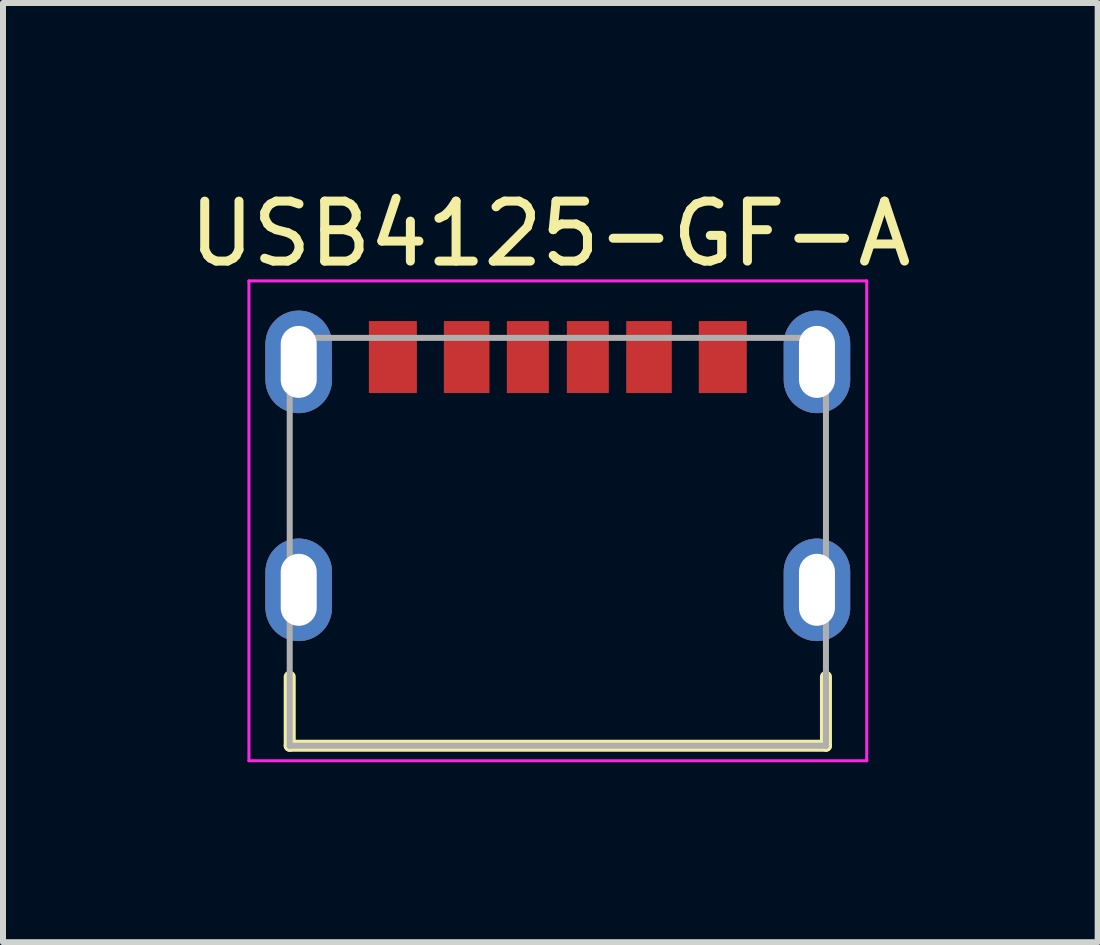
<source format=kicad_pcb>
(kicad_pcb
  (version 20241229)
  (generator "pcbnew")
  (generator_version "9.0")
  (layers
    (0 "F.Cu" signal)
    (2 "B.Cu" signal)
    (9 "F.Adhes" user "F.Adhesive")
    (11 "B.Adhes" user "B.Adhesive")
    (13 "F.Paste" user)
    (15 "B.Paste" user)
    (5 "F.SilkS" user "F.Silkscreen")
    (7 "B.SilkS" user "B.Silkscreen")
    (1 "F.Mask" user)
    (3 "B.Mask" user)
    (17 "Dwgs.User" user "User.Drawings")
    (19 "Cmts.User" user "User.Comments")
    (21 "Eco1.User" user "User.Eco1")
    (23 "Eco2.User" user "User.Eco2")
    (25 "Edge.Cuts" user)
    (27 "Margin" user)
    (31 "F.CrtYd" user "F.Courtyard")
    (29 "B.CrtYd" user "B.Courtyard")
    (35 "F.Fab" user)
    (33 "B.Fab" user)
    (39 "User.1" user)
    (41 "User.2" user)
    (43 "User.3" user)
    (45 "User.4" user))
  (footprint "USB4125-GF-A"
    (layer "F.Cu")
    (at 6.25 5.983)
    (property "Reference" "USB4125-GF-A" (at -0.125 -5.135 0) (layer "F.SilkS") (effects (font (size 1 1) (thickness 0.15))))
    (attr through_hole)
    (fp_poly (pts (xy -4.32 -3.85) (xy -4.349 -3.849) (xy -4.377 -3.847) (xy -4.406 -3.843) (xy -4.434 -3.838) (xy -4.462 -3.831) (xy -4.49 -3.823) (xy -4.517 -3.813) (xy -4.544 -3.802) (xy -4.57 -3.79) (xy -4.595 -3.776) (xy -4.62 -3.761) (xy -4.643 -3.745) (xy -4.666 -3.727) (xy -4.688 -3.709) (xy -4.709 -3.689) (xy -4.729 -3.668) (xy -4.747 -3.646) (xy -4.765 -3.623) (xy -4.781 -3.6) (xy -4.796 -3.575) (xy -4.81 -3.55) (xy -4.822 -3.524) (xy -4.833 -3.497) (xy -4.843 -3.47) (xy -4.851 -3.442) (xy -4.858 -3.414) (xy -4.863 -3.386) (xy -4.867 -3.357) (xy -4.869 -3.329) (xy -4.87 -3.3) (xy -4.87 -2.7) (xy -4.869 -2.671) (xy -4.867 -2.643) (xy -4.863 -2.614) (xy -4.858 -2.586) (xy -4.851 -2.558) (xy -4.843 -2.53) (xy -4.833 -2.503) (xy -4.822 -2.476) (xy -4.81 -2.45) (xy -4.796 -2.425) (xy -4.781 -2.4) (xy -4.765 -2.377) (xy -4.747 -2.354) (xy -4.729 -2.332) (xy -4.709 -2.311) (xy -4.688 -2.291) (xy -4.666 -2.273) (xy -4.643 -2.255) (xy -4.62 -2.239) (xy -4.595 -2.224) (xy -4.57 -2.21) (xy -4.544 -2.198) (xy -4.517 -2.187) (xy -4.49 -2.177) (xy -4.462 -2.169) (xy -4.434 -2.162) (xy -4.406 -2.157) (xy -4.377 -2.153) (xy -4.349 -2.151) (xy -4.32 -2.15) (xy -4.291 -2.151) (xy -4.263 -2.153) (xy -4.234 -2.157) (xy -4.206 -2.162) (xy -4.178 -2.169) (xy -4.15 -2.177) (xy -4.123 -2.187) (xy -4.096 -2.198) (xy -4.07 -2.21) (xy -4.045 -2.224) (xy -4.02 -2.239) (xy -3.997 -2.255) (xy -3.974 -2.273) (xy -3.952 -2.291) (xy -3.931 -2.311) (xy -3.911 -2.332) (xy -3.893 -2.354) (xy -3.875 -2.377) (xy -3.859 -2.4) (xy -3.844 -2.425) (xy -3.83 -2.45) (xy -3.818 -2.476) (xy -3.807 -2.503) (xy -3.797 -2.53) (xy -3.789 -2.558) (xy -3.782 -2.586) (xy -3.777 -2.614) (xy -3.773 -2.643) (xy -3.771 -2.671) (xy -3.77 -2.7) (xy -3.77 -3.3) (xy -3.771 -3.329) (xy -3.773 -3.357) (xy -3.777 -3.386) (xy -3.782 -3.414) (xy -3.789 -3.442) (xy -3.797 -3.47) (xy -3.807 -3.497) (xy -3.818 -3.524) (xy -3.83 -3.55) (xy -3.844 -3.575) (xy -3.859 -3.6) (xy -3.875 -3.623) (xy -3.893 -3.646) (xy -3.911 -3.668) (xy -3.931 -3.689) (xy -3.952 -3.709) (xy -3.974 -3.727) (xy -3.997 -3.745) (xy -4.02 -3.761) (xy -4.045 -3.776) (xy -4.07 -3.79) (xy -4.096 -3.802) (xy -4.123 -3.813) (xy -4.15 -3.823) (xy -4.178 -3.831) (xy -4.206 -3.838) (xy -4.234 -3.843) (xy -4.263 -3.847) (xy -4.291 -3.849) (xy -4.32 -3.85)) (stroke (width 0.01) (type solid)) (fill yes) (layer "F.Cu"))
    (fp_poly (pts (xy -4.32 -0.05) (xy -4.349 -0.049) (xy -4.377 -0.047) (xy -4.406 -0.043) (xy -4.434 -0.038) (xy -4.462 -0.031) (xy -4.49 -0.023) (xy -4.517 -0.013) (xy -4.544 -0.002) (xy -4.57 0.01) (xy -4.595 0.024) (xy -4.62 0.039) (xy -4.643 0.055) (xy -4.666 0.073) (xy -4.688 0.091) (xy -4.709 0.111) (xy -4.729 0.132) (xy -4.747 0.154) (xy -4.765 0.177) (xy -4.781 0.2) (xy -4.796 0.225) (xy -4.81 0.25) (xy -4.822 0.276) (xy -4.833 0.303) (xy -4.843 0.33) (xy -4.851 0.358) (xy -4.858 0.386) (xy -4.863 0.414) (xy -4.867 0.443) (xy -4.869 0.471) (xy -4.87 0.5) (xy -4.87 1.1) (xy -4.869 1.129) (xy -4.867 1.157) (xy -4.863 1.186) (xy -4.858 1.214) (xy -4.851 1.242) (xy -4.843 1.27) (xy -4.833 1.297) (xy -4.822 1.324) (xy -4.81 1.35) (xy -4.796 1.375) (xy -4.781 1.4) (xy -4.765 1.423) (xy -4.747 1.446) (xy -4.729 1.468) (xy -4.709 1.489) (xy -4.688 1.509) (xy -4.666 1.527) (xy -4.643 1.545) (xy -4.62 1.561) (xy -4.595 1.576) (xy -4.57 1.59) (xy -4.544 1.602) (xy -4.517 1.613) (xy -4.49 1.623) (xy -4.462 1.631) (xy -4.434 1.638) (xy -4.406 1.643) (xy -4.377 1.647) (xy -4.349 1.649) (xy -4.32 1.65) (xy -4.291 1.649) (xy -4.263 1.647) (xy -4.234 1.643) (xy -4.206 1.638) (xy -4.178 1.631) (xy -4.15 1.623) (xy -4.123 1.613) (xy -4.096 1.602) (xy -4.07 1.59) (xy -4.045 1.576) (xy -4.02 1.561) (xy -3.997 1.545) (xy -3.974 1.527) (xy -3.952 1.509) (xy -3.931 1.489) (xy -3.911 1.468) (xy -3.893 1.446) (xy -3.875 1.423) (xy -3.859 1.4) (xy -3.844 1.375) (xy -3.83 1.35) (xy -3.818 1.324) (xy -3.807 1.297) (xy -3.797 1.27) (xy -3.789 1.242) (xy -3.782 1.214) (xy -3.777 1.186) (xy -3.773 1.157) (xy -3.771 1.129) (xy -3.77 1.1) (xy -3.77 0.5) (xy -3.771 0.471) (xy -3.773 0.443) (xy -3.777 0.414) (xy -3.782 0.386) (xy -3.789 0.358) (xy -3.797 0.33) (xy -3.807 0.303) (xy -3.818 0.276) (xy -3.83 0.25) (xy -3.844 0.225) (xy -3.859 0.2) (xy -3.875 0.177) (xy -3.893 0.154) (xy -3.911 0.132) (xy -3.931 0.111) (xy -3.952 0.091) (xy -3.974 0.073) (xy -3.997 0.055) (xy -4.02 0.039) (xy -4.045 0.024) (xy -4.07 0.01) (xy -4.096 -0.002) (xy -4.123 -0.013) (xy -4.15 -0.023) (xy -4.178 -0.031) (xy -4.206 -0.038) (xy -4.234 -0.043) (xy -4.263 -0.047) (xy -4.291 -0.049) (xy -4.32 -0.05)) (stroke (width 0.01) (type solid)) (fill yes) (layer "F.Cu"))
    (fp_poly (pts (xy 4.32 -3.85) (xy 4.291 -3.849) (xy 4.263 -3.847) (xy 4.234 -3.843) (xy 4.206 -3.838) (xy 4.178 -3.831) (xy 4.15 -3.823) (xy 4.123 -3.813) (xy 4.096 -3.802) (xy 4.07 -3.79) (xy 4.045 -3.776) (xy 4.02 -3.761) (xy 3.997 -3.745) (xy 3.974 -3.727) (xy 3.952 -3.709) (xy 3.931 -3.689) (xy 3.911 -3.668) (xy 3.893 -3.646) (xy 3.875 -3.623) (xy 3.859 -3.6) (xy 3.844 -3.575) (xy 3.83 -3.55) (xy 3.818 -3.524) (xy 3.807 -3.497) (xy 3.797 -3.47) (xy 3.789 -3.442) (xy 3.782 -3.414) (xy 3.777 -3.386) (xy 3.773 -3.357) (xy 3.771 -3.329) (xy 3.77 -3.3) (xy 3.77 -2.7) (xy 3.771 -2.671) (xy 3.773 -2.643) (xy 3.777 -2.614) (xy 3.782 -2.586) (xy 3.789 -2.558) (xy 3.797 -2.53) (xy 3.807 -2.503) (xy 3.818 -2.476) (xy 3.83 -2.45) (xy 3.844 -2.425) (xy 3.859 -2.4) (xy 3.875 -2.377) (xy 3.893 -2.354) (xy 3.911 -2.332) (xy 3.931 -2.311) (xy 3.952 -2.291) (xy 3.974 -2.273) (xy 3.997 -2.255) (xy 4.02 -2.239) (xy 4.045 -2.224) (xy 4.07 -2.21) (xy 4.096 -2.198) (xy 4.123 -2.187) (xy 4.15 -2.177) (xy 4.178 -2.169) (xy 4.206 -2.162) (xy 4.234 -2.157) (xy 4.263 -2.153) (xy 4.291 -2.151) (xy 4.32 -2.15) (xy 4.349 -2.151) (xy 4.377 -2.153) (xy 4.406 -2.157) (xy 4.434 -2.162) (xy 4.462 -2.169) (xy 4.49 -2.177) (xy 4.517 -2.187) (xy 4.544 -2.198) (xy 4.57 -2.21) (xy 4.595 -2.224) (xy 4.62 -2.239) (xy 4.643 -2.255) (xy 4.666 -2.273) (xy 4.688 -2.291) (xy 4.709 -2.311) (xy 4.729 -2.332) (xy 4.747 -2.354) (xy 4.765 -2.377) (xy 4.781 -2.4) (xy 4.796 -2.425) (xy 4.81 -2.45) (xy 4.822 -2.476) (xy 4.833 -2.503) (xy 4.843 -2.53) (xy 4.851 -2.558) (xy 4.858 -2.586) (xy 4.863 -2.614) (xy 4.867 -2.643) (xy 4.869 -2.671) (xy 4.87 -2.7) (xy 4.87 -3.3) (xy 4.869 -3.329) (xy 4.867 -3.357) (xy 4.863 -3.386) (xy 4.858 -3.414) (xy 4.851 -3.442) (xy 4.843 -3.47) (xy 4.833 -3.497) (xy 4.822 -3.524) (xy 4.81 -3.55) (xy 4.796 -3.575) (xy 4.781 -3.6) (xy 4.765 -3.623) (xy 4.747 -3.646) (xy 4.729 -3.668) (xy 4.709 -3.689) (xy 4.688 -3.709) (xy 4.666 -3.727) (xy 4.643 -3.745) (xy 4.62 -3.761) (xy 4.595 -3.776) (xy 4.57 -3.79) (xy 4.544 -3.802) (xy 4.517 -3.813) (xy 4.49 -3.823) (xy 4.462 -3.831) (xy 4.434 -3.838) (xy 4.406 -3.843) (xy 4.377 -3.847) (xy 4.349 -3.849) (xy 4.32 -3.85)) (stroke (width 0.01) (type solid)) (fill yes) (layer "F.Cu"))
    (fp_poly (pts (xy 4.32 -0.05) (xy 4.291 -0.049) (xy 4.263 -0.047) (xy 4.234 -0.043) (xy 4.206 -0.038) (xy 4.178 -0.031) (xy 4.15 -0.023) (xy 4.123 -0.013) (xy 4.096 -0.002) (xy 4.07 0.01) (xy 4.045 0.024) (xy 4.02 0.039) (xy 3.997 0.055) (xy 3.974 0.073) (xy 3.952 0.091) (xy 3.931 0.111) (xy 3.911 0.132) (xy 3.893 0.154) (xy 3.875 0.177) (xy 3.859 0.2) (xy 3.844 0.225) (xy 3.83 0.25) (xy 3.818 0.276) (xy 3.807 0.303) (xy 3.797 0.33) (xy 3.789 0.358) (xy 3.782 0.386) (xy 3.777 0.414) (xy 3.773 0.443) (xy 3.771 0.471) (xy 3.77 0.5) (xy 3.77 1.1) (xy 3.771 1.129) (xy 3.773 1.157) (xy 3.777 1.186) (xy 3.782 1.214) (xy 3.789 1.242) (xy 3.797 1.27) (xy 3.807 1.297) (xy 3.818 1.324) (xy 3.83 1.35) (xy 3.844 1.375) (xy 3.859 1.4) (xy 3.875 1.423) (xy 3.893 1.446) (xy 3.911 1.468) (xy 3.931 1.489) (xy 3.952 1.509) (xy 3.974 1.527) (xy 3.997 1.545) (xy 4.02 1.561) (xy 4.045 1.576) (xy 4.07 1.59) (xy 4.096 1.602) (xy 4.123 1.613) (xy 4.15 1.623) (xy 4.178 1.631) (xy 4.206 1.638) (xy 4.234 1.643) (xy 4.263 1.647) (xy 4.291 1.649) (xy 4.32 1.65) (xy 4.349 1.649) (xy 4.377 1.647) (xy 4.406 1.643) (xy 4.434 1.638) (xy 4.462 1.631) (xy 4.49 1.623) (xy 4.517 1.613) (xy 4.544 1.602) (xy 4.57 1.59) (xy 4.595 1.576) (xy 4.62 1.561) (xy 4.643 1.545) (xy 4.666 1.527) (xy 4.688 1.509) (xy 4.709 1.489) (xy 4.729 1.468) (xy 4.747 1.446) (xy 4.765 1.423) (xy 4.781 1.4) (xy 4.796 1.375) (xy 4.81 1.35) (xy 4.822 1.324) (xy 4.833 1.297) (xy 4.843 1.27) (xy 4.851 1.242) (xy 4.858 1.214) (xy 4.863 1.186) (xy 4.867 1.157) (xy 4.869 1.129) (xy 4.87 1.1) (xy 4.87 0.5) (xy 4.869 0.471) (xy 4.867 0.443) (xy 4.863 0.414) (xy 4.858 0.386) (xy 4.851 0.358) (xy 4.843 0.33) (xy 4.833 0.303) (xy 4.822 0.276) (xy 4.81 0.25) (xy 4.796 0.225) (xy 4.781 0.2) (xy 4.765 0.177) (xy 4.747 0.154) (xy 4.729 0.132) (xy 4.709 0.111) (xy 4.688 0.091) (xy 4.666 0.073) (xy 4.643 0.055) (xy 4.62 0.039) (xy 4.595 0.024) (xy 4.57 0.01) (xy 4.544 -0.002) (xy 4.517 -0.013) (xy 4.49 -0.023) (xy 4.462 -0.031) (xy 4.434 -0.038) (xy 4.406 -0.043) (xy 4.377 -0.047) (xy 4.349 -0.049) (xy 4.32 -0.05)) (stroke (width 0.01) (type solid)) (fill yes) (layer "F.Cu"))
    (fp_poly (pts (xy -4.32 -3.95) (xy -4.354 -3.949) (xy -4.388 -3.946) (xy -4.422 -3.942) (xy -4.455 -3.936) (xy -4.488 -3.928) (xy -4.521 -3.918) (xy -4.553 -3.907) (xy -4.584 -3.894) (xy -4.615 -3.879) (xy -4.645 -3.863) (xy -4.674 -3.845) (xy -4.702 -3.826) (xy -4.729 -3.805) (xy -4.755 -3.783) (xy -4.78 -3.76) (xy -4.803 -3.735) (xy -4.825 -3.709) (xy -4.846 -3.682) (xy -4.865 -3.654) (xy -4.883 -3.625) (xy -4.899 -3.595) (xy -4.914 -3.564) (xy -4.927 -3.533) (xy -4.938 -3.501) (xy -4.948 -3.468) (xy -4.956 -3.435) (xy -4.962 -3.402) (xy -4.966 -3.368) (xy -4.969 -3.334) (xy -4.97 -3.3) (xy -4.97 -2.7) (xy -4.969 -2.666) (xy -4.966 -2.632) (xy -4.962 -2.598) (xy -4.956 -2.565) (xy -4.948 -2.532) (xy -4.938 -2.499) (xy -4.927 -2.467) (xy -4.914 -2.436) (xy -4.899 -2.405) (xy -4.883 -2.375) (xy -4.865 -2.346) (xy -4.846 -2.318) (xy -4.825 -2.291) (xy -4.803 -2.265) (xy -4.78 -2.24) (xy -4.755 -2.217) (xy -4.729 -2.195) (xy -4.702 -2.174) (xy -4.674 -2.155) (xy -4.645 -2.137) (xy -4.615 -2.121) (xy -4.584 -2.106) (xy -4.553 -2.093) (xy -4.521 -2.082) (xy -4.488 -2.072) (xy -4.455 -2.064) (xy -4.422 -2.058) (xy -4.388 -2.054) (xy -4.354 -2.051) (xy -4.32 -2.05) (xy -4.286 -2.051) (xy -4.252 -2.054) (xy -4.218 -2.058) (xy -4.185 -2.064) (xy -4.152 -2.072) (xy -4.119 -2.082) (xy -4.087 -2.093) (xy -4.056 -2.106) (xy -4.025 -2.121) (xy -3.995 -2.137) (xy -3.966 -2.155) (xy -3.938 -2.174) (xy -3.911 -2.195) (xy -3.885 -2.217) (xy -3.86 -2.24) (xy -3.837 -2.265) (xy -3.815 -2.291) (xy -3.794 -2.318) (xy -3.775 -2.346) (xy -3.757 -2.375) (xy -3.741 -2.405) (xy -3.726 -2.436) (xy -3.713 -2.467) (xy -3.702 -2.499) (xy -3.692 -2.532) (xy -3.684 -2.565) (xy -3.678 -2.598) (xy -3.674 -2.632) (xy -3.671 -2.666) (xy -3.67 -2.7) (xy -3.67 -3.3) (xy -3.671 -3.334) (xy -3.674 -3.368) (xy -3.678 -3.402) (xy -3.684 -3.435) (xy -3.692 -3.468) (xy -3.702 -3.501) (xy -3.713 -3.533) (xy -3.726 -3.564) (xy -3.741 -3.595) (xy -3.757 -3.625) (xy -3.775 -3.654) (xy -3.794 -3.682) (xy -3.815 -3.709) (xy -3.837 -3.735) (xy -3.86 -3.76) (xy -3.885 -3.783) (xy -3.911 -3.805) (xy -3.938 -3.826) (xy -3.966 -3.845) (xy -3.995 -3.863) (xy -4.025 -3.879) (xy -4.056 -3.894) (xy -4.087 -3.907) (xy -4.119 -3.918) (xy -4.152 -3.928) (xy -4.185 -3.936) (xy -4.218 -3.942) (xy -4.252 -3.946) (xy -4.286 -3.949) (xy -4.32 -3.95)) (stroke (width 0.01) (type solid)) (fill yes) (layer "F.Mask"))
    (fp_poly (pts (xy -4.32 -0.15) (xy -4.354 -0.149) (xy -4.388 -0.146) (xy -4.422 -0.142) (xy -4.455 -0.136) (xy -4.488 -0.128) (xy -4.521 -0.118) (xy -4.553 -0.107) (xy -4.584 -0.094) (xy -4.615 -0.079) (xy -4.645 -0.063) (xy -4.674 -0.045) (xy -4.702 -0.026) (xy -4.729 -0.005) (xy -4.755 0.017) (xy -4.78 0.04) (xy -4.803 0.065) (xy -4.825 0.091) (xy -4.846 0.118) (xy -4.865 0.146) (xy -4.883 0.175) (xy -4.899 0.205) (xy -4.914 0.236) (xy -4.927 0.267) (xy -4.938 0.299) (xy -4.948 0.332) (xy -4.956 0.365) (xy -4.962 0.398) (xy -4.966 0.432) (xy -4.969 0.466) (xy -4.97 0.5) (xy -4.97 1.1) (xy -4.969 1.134) (xy -4.966 1.168) (xy -4.962 1.202) (xy -4.956 1.235) (xy -4.948 1.268) (xy -4.938 1.301) (xy -4.927 1.333) (xy -4.914 1.364) (xy -4.899 1.395) (xy -4.883 1.425) (xy -4.865 1.454) (xy -4.846 1.482) (xy -4.825 1.509) (xy -4.803 1.535) (xy -4.78 1.56) (xy -4.755 1.583) (xy -4.729 1.605) (xy -4.702 1.626) (xy -4.674 1.645) (xy -4.645 1.663) (xy -4.615 1.679) (xy -4.584 1.694) (xy -4.553 1.707) (xy -4.521 1.718) (xy -4.488 1.728) (xy -4.455 1.736) (xy -4.422 1.742) (xy -4.388 1.746) (xy -4.354 1.749) (xy -4.32 1.75) (xy -4.286 1.749) (xy -4.252 1.746) (xy -4.218 1.742) (xy -4.185 1.736) (xy -4.152 1.728) (xy -4.119 1.718) (xy -4.087 1.707) (xy -4.056 1.694) (xy -4.025 1.679) (xy -3.995 1.663) (xy -3.966 1.645) (xy -3.938 1.626) (xy -3.911 1.605) (xy -3.885 1.583) (xy -3.86 1.56) (xy -3.837 1.535) (xy -3.815 1.509) (xy -3.794 1.482) (xy -3.775 1.454) (xy -3.757 1.425) (xy -3.741 1.395) (xy -3.726 1.364) (xy -3.713 1.333) (xy -3.702 1.301) (xy -3.692 1.268) (xy -3.684 1.235) (xy -3.678 1.202) (xy -3.674 1.168) (xy -3.671 1.134) (xy -3.67 1.1) (xy -3.67 0.5) (xy -3.671 0.466) (xy -3.674 0.432) (xy -3.678 0.398) (xy -3.684 0.365) (xy -3.692 0.332) (xy -3.702 0.299) (xy -3.713 0.267) (xy -3.726 0.236) (xy -3.741 0.205) (xy -3.757 0.175) (xy -3.775 0.146) (xy -3.794 0.118) (xy -3.815 0.091) (xy -3.837 0.065) (xy -3.86 0.04) (xy -3.885 0.017) (xy -3.911 -0.005) (xy -3.938 -0.026) (xy -3.966 -0.045) (xy -3.995 -0.063) (xy -4.025 -0.079) (xy -4.056 -0.094) (xy -4.087 -0.107) (xy -4.119 -0.118) (xy -4.152 -0.128) (xy -4.185 -0.136) (xy -4.218 -0.142) (xy -4.252 -0.146) (xy -4.286 -0.149) (xy -4.32 -0.15)) (stroke (width 0.01) (type solid)) (fill yes) (layer "F.Mask"))
    (fp_poly (pts (xy 4.32 -3.95) (xy 4.286 -3.949) (xy 4.252 -3.946) (xy 4.218 -3.942) (xy 4.185 -3.936) (xy 4.152 -3.928) (xy 4.119 -3.918) (xy 4.087 -3.907) (xy 4.056 -3.894) (xy 4.025 -3.879) (xy 3.995 -3.863) (xy 3.966 -3.845) (xy 3.938 -3.826) (xy 3.911 -3.805) (xy 3.885 -3.783) (xy 3.86 -3.76) (xy 3.837 -3.735) (xy 3.815 -3.709) (xy 3.794 -3.682) (xy 3.775 -3.654) (xy 3.757 -3.625) (xy 3.741 -3.595) (xy 3.726 -3.564) (xy 3.713 -3.533) (xy 3.702 -3.501) (xy 3.692 -3.468) (xy 3.684 -3.435) (xy 3.678 -3.402) (xy 3.674 -3.368) (xy 3.671 -3.334) (xy 3.67 -3.3) (xy 3.67 -2.7) (xy 3.671 -2.666) (xy 3.674 -2.632) (xy 3.678 -2.598) (xy 3.684 -2.565) (xy 3.692 -2.532) (xy 3.702 -2.499) (xy 3.713 -2.467) (xy 3.726 -2.436) (xy 3.741 -2.405) (xy 3.757 -2.375) (xy 3.775 -2.346) (xy 3.794 -2.318) (xy 3.815 -2.291) (xy 3.837 -2.265) (xy 3.86 -2.24) (xy 3.885 -2.217) (xy 3.911 -2.195) (xy 3.938 -2.174) (xy 3.966 -2.155) (xy 3.995 -2.137) (xy 4.025 -2.121) (xy 4.056 -2.106) (xy 4.087 -2.093) (xy 4.119 -2.082) (xy 4.152 -2.072) (xy 4.185 -2.064) (xy 4.218 -2.058) (xy 4.252 -2.054) (xy 4.286 -2.051) (xy 4.32 -2.05) (xy 4.354 -2.051) (xy 4.388 -2.054) (xy 4.422 -2.058) (xy 4.455 -2.064) (xy 4.488 -2.072) (xy 4.521 -2.082) (xy 4.553 -2.093) (xy 4.584 -2.106) (xy 4.615 -2.121) (xy 4.645 -2.137) (xy 4.674 -2.155) (xy 4.702 -2.174) (xy 4.729 -2.195) (xy 4.755 -2.217) (xy 4.78 -2.24) (xy 4.803 -2.265) (xy 4.825 -2.291) (xy 4.846 -2.318) (xy 4.865 -2.346) (xy 4.883 -2.375) (xy 4.899 -2.405) (xy 4.914 -2.436) (xy 4.927 -2.467) (xy 4.938 -2.499) (xy 4.948 -2.532) (xy 4.956 -2.565) (xy 4.962 -2.598) (xy 4.966 -2.632) (xy 4.969 -2.666) (xy 4.97 -2.7) (xy 4.97 -3.3) (xy 4.969 -3.334) (xy 4.966 -3.368) (xy 4.962 -3.402) (xy 4.956 -3.435) (xy 4.948 -3.468) (xy 4.938 -3.501) (xy 4.927 -3.533) (xy 4.914 -3.564) (xy 4.899 -3.595) (xy 4.883 -3.625) (xy 4.865 -3.654) (xy 4.846 -3.682) (xy 4.825 -3.709) (xy 4.803 -3.735) (xy 4.78 -3.76) (xy 4.755 -3.783) (xy 4.729 -3.805) (xy 4.702 -3.826) (xy 4.674 -3.845) (xy 4.645 -3.863) (xy 4.615 -3.879) (xy 4.584 -3.894) (xy 4.553 -3.907) (xy 4.521 -3.918) (xy 4.488 -3.928) (xy 4.455 -3.936) (xy 4.422 -3.942) (xy 4.388 -3.946) (xy 4.354 -3.949) (xy 4.32 -3.95)) (stroke (width 0.01) (type solid)) (fill yes) (layer "F.Mask"))
    (fp_poly (pts (xy 4.32 -0.15) (xy 4.286 -0.149) (xy 4.252 -0.146) (xy 4.218 -0.142) (xy 4.185 -0.136) (xy 4.152 -0.128) (xy 4.119 -0.118) (xy 4.087 -0.107) (xy 4.056 -0.094) (xy 4.025 -0.079) (xy 3.995 -0.063) (xy 3.966 -0.045) (xy 3.938 -0.026) (xy 3.911 -0.005) (xy 3.885 0.017) (xy 3.86 0.04) (xy 3.837 0.065) (xy 3.815 0.091) (xy 3.794 0.118) (xy 3.775 0.146) (xy 3.757 0.175) (xy 3.741 0.205) (xy 3.726 0.236) (xy 3.713 0.267) (xy 3.702 0.299) (xy 3.692 0.332) (xy 3.684 0.365) (xy 3.678 0.398) (xy 3.674 0.432) (xy 3.671 0.466) (xy 3.67 0.5) (xy 3.67 1.1) (xy 3.671 1.134) (xy 3.674 1.168) (xy 3.678 1.202) (xy 3.684 1.235) (xy 3.692 1.268) (xy 3.702 1.301) (xy 3.713 1.333) (xy 3.726 1.364) (xy 3.741 1.395) (xy 3.757 1.425) (xy 3.775 1.454) (xy 3.794 1.482) (xy 3.815 1.509) (xy 3.837 1.535) (xy 3.86 1.56) (xy 3.885 1.583) (xy 3.911 1.605) (xy 3.938 1.626) (xy 3.966 1.645) (xy 3.995 1.663) (xy 4.025 1.679) (xy 4.056 1.694) (xy 4.087 1.707) (xy 4.119 1.718) (xy 4.152 1.728) (xy 4.185 1.736) (xy 4.218 1.742) (xy 4.252 1.746) (xy 4.286 1.749) (xy 4.32 1.75) (xy 4.354 1.749) (xy 4.388 1.746) (xy 4.422 1.742) (xy 4.455 1.736) (xy 4.488 1.728) (xy 4.521 1.718) (xy 4.553 1.707) (xy 4.584 1.694) (xy 4.615 1.679) (xy 4.645 1.663) (xy 4.674 1.645) (xy 4.702 1.626) (xy 4.729 1.605) (xy 4.755 1.583) (xy 4.78 1.56) (xy 4.803 1.535) (xy 4.825 1.509) (xy 4.846 1.482) (xy 4.865 1.454) (xy 4.883 1.425) (xy 4.899 1.395) (xy 4.914 1.364) (xy 4.927 1.333) (xy 4.938 1.301) (xy 4.948 1.268) (xy 4.956 1.235) (xy 4.962 1.202) (xy 4.966 1.168) (xy 4.969 1.134) (xy 4.97 1.1) (xy 4.97 0.5) (xy 4.969 0.466) (xy 4.966 0.432) (xy 4.962 0.398) (xy 4.956 0.365) (xy 4.948 0.332) (xy 4.938 0.299) (xy 4.927 0.267) (xy 4.914 0.236) (xy 4.899 0.205) (xy 4.883 0.175) (xy 4.865 0.146) (xy 4.846 0.118) (xy 4.825 0.091) (xy 4.803 0.065) (xy 4.78 0.04) (xy 4.755 0.017) (xy 4.729 -0.005) (xy 4.702 -0.026) (xy 4.674 -0.045) (xy 4.645 -0.063) (xy 4.615 -0.079) (xy 4.584 -0.094) (xy 4.553 -0.107) (xy 4.521 -0.118) (xy 4.488 -0.128) (xy 4.455 -0.136) (xy 4.422 -0.142) (xy 4.388 -0.146) (xy 4.354 -0.149) (xy 4.32 -0.15)) (stroke (width 0.01) (type solid)) (fill yes) (layer "F.Mask"))
    (fp_poly (pts (xy -4.32 -3.85) (xy -4.349 -3.849) (xy -4.377 -3.847) (xy -4.406 -3.843) (xy -4.434 -3.838) (xy -4.462 -3.831) (xy -4.49 -3.823) (xy -4.517 -3.813) (xy -4.544 -3.802) (xy -4.57 -3.79) (xy -4.595 -3.776) (xy -4.62 -3.761) (xy -4.643 -3.745) (xy -4.666 -3.727) (xy -4.688 -3.709) (xy -4.709 -3.689) (xy -4.729 -3.668) (xy -4.747 -3.646) (xy -4.765 -3.623) (xy -4.781 -3.6) (xy -4.796 -3.575) (xy -4.81 -3.55) (xy -4.822 -3.524) (xy -4.833 -3.497) (xy -4.843 -3.47) (xy -4.851 -3.442) (xy -4.858 -3.414) (xy -4.863 -3.386) (xy -4.867 -3.357) (xy -4.869 -3.329) (xy -4.87 -3.3) (xy -4.87 -2.7) (xy -4.869 -2.671) (xy -4.867 -2.643) (xy -4.863 -2.614) (xy -4.858 -2.586) (xy -4.851 -2.558) (xy -4.843 -2.53) (xy -4.833 -2.503) (xy -4.822 -2.476) (xy -4.81 -2.45) (xy -4.796 -2.425) (xy -4.781 -2.4) (xy -4.765 -2.377) (xy -4.747 -2.354) (xy -4.729 -2.332) (xy -4.709 -2.311) (xy -4.688 -2.291) (xy -4.666 -2.273) (xy -4.643 -2.255) (xy -4.62 -2.239) (xy -4.595 -2.224) (xy -4.57 -2.21) (xy -4.544 -2.198) (xy -4.517 -2.187) (xy -4.49 -2.177) (xy -4.462 -2.169) (xy -4.434 -2.162) (xy -4.406 -2.157) (xy -4.377 -2.153) (xy -4.349 -2.151) (xy -4.32 -2.15) (xy -4.291 -2.151) (xy -4.263 -2.153) (xy -4.234 -2.157) (xy -4.206 -2.162) (xy -4.178 -2.169) (xy -4.15 -2.177) (xy -4.123 -2.187) (xy -4.096 -2.198) (xy -4.07 -2.21) (xy -4.045 -2.224) (xy -4.02 -2.239) (xy -3.997 -2.255) (xy -3.974 -2.273) (xy -3.952 -2.291) (xy -3.931 -2.311) (xy -3.911 -2.332) (xy -3.893 -2.354) (xy -3.875 -2.377) (xy -3.859 -2.4) (xy -3.844 -2.425) (xy -3.83 -2.45) (xy -3.818 -2.476) (xy -3.807 -2.503) (xy -3.797 -2.53) (xy -3.789 -2.558) (xy -3.782 -2.586) (xy -3.777 -2.614) (xy -3.773 -2.643) (xy -3.771 -2.671) (xy -3.77 -2.7) (xy -3.77 -3.3) (xy -3.771 -3.329) (xy -3.773 -3.357) (xy -3.777 -3.386) (xy -3.782 -3.414) (xy -3.789 -3.442) (xy -3.797 -3.47) (xy -3.807 -3.497) (xy -3.818 -3.524) (xy -3.83 -3.55) (xy -3.844 -3.575) (xy -3.859 -3.6) (xy -3.875 -3.623) (xy -3.893 -3.646) (xy -3.911 -3.668) (xy -3.931 -3.689) (xy -3.952 -3.709) (xy -3.974 -3.727) (xy -3.997 -3.745) (xy -4.02 -3.761) (xy -4.045 -3.776) (xy -4.07 -3.79) (xy -4.096 -3.802) (xy -4.123 -3.813) (xy -4.15 -3.823) (xy -4.178 -3.831) (xy -4.206 -3.838) (xy -4.234 -3.843) (xy -4.263 -3.847) (xy -4.291 -3.849) (xy -4.32 -3.85)) (stroke (width 0.01) (type solid)) (fill yes) (layer "B.Cu"))
    (fp_poly (pts (xy -4.32 -0.05) (xy -4.349 -0.049) (xy -4.377 -0.047) (xy -4.406 -0.043) (xy -4.434 -0.038) (xy -4.462 -0.031) (xy -4.49 -0.023) (xy -4.517 -0.013) (xy -4.544 -0.002) (xy -4.57 0.01) (xy -4.595 0.024) (xy -4.62 0.039) (xy -4.643 0.055) (xy -4.666 0.073) (xy -4.688 0.091) (xy -4.709 0.111) (xy -4.729 0.132) (xy -4.747 0.154) (xy -4.765 0.177) (xy -4.781 0.2) (xy -4.796 0.225) (xy -4.81 0.25) (xy -4.822 0.276) (xy -4.833 0.303) (xy -4.843 0.33) (xy -4.851 0.358) (xy -4.858 0.386) (xy -4.863 0.414) (xy -4.867 0.443) (xy -4.869 0.471) (xy -4.87 0.5) (xy -4.87 1.1) (xy -4.869 1.129) (xy -4.867 1.157) (xy -4.863 1.186) (xy -4.858 1.214) (xy -4.851 1.242) (xy -4.843 1.27) (xy -4.833 1.297) (xy -4.822 1.324) (xy -4.81 1.35) (xy -4.796 1.375) (xy -4.781 1.4) (xy -4.765 1.423) (xy -4.747 1.446) (xy -4.729 1.468) (xy -4.709 1.489) (xy -4.688 1.509) (xy -4.666 1.527) (xy -4.643 1.545) (xy -4.62 1.561) (xy -4.595 1.576) (xy -4.57 1.59) (xy -4.544 1.602) (xy -4.517 1.613) (xy -4.49 1.623) (xy -4.462 1.631) (xy -4.434 1.638) (xy -4.406 1.643) (xy -4.377 1.647) (xy -4.349 1.649) (xy -4.32 1.65) (xy -4.291 1.649) (xy -4.263 1.647) (xy -4.234 1.643) (xy -4.206 1.638) (xy -4.178 1.631) (xy -4.15 1.623) (xy -4.123 1.613) (xy -4.096 1.602) (xy -4.07 1.59) (xy -4.045 1.576) (xy -4.02 1.561) (xy -3.997 1.545) (xy -3.974 1.527) (xy -3.952 1.509) (xy -3.931 1.489) (xy -3.911 1.468) (xy -3.893 1.446) (xy -3.875 1.423) (xy -3.859 1.4) (xy -3.844 1.375) (xy -3.83 1.35) (xy -3.818 1.324) (xy -3.807 1.297) (xy -3.797 1.27) (xy -3.789 1.242) (xy -3.782 1.214) (xy -3.777 1.186) (xy -3.773 1.157) (xy -3.771 1.129) (xy -3.77 1.1) (xy -3.77 0.5) (xy -3.771 0.471) (xy -3.773 0.443) (xy -3.777 0.414) (xy -3.782 0.386) (xy -3.789 0.358) (xy -3.797 0.33) (xy -3.807 0.303) (xy -3.818 0.276) (xy -3.83 0.25) (xy -3.844 0.225) (xy -3.859 0.2) (xy -3.875 0.177) (xy -3.893 0.154) (xy -3.911 0.132) (xy -3.931 0.111) (xy -3.952 0.091) (xy -3.974 0.073) (xy -3.997 0.055) (xy -4.02 0.039) (xy -4.045 0.024) (xy -4.07 0.01) (xy -4.096 -0.002) (xy -4.123 -0.013) (xy -4.15 -0.023) (xy -4.178 -0.031) (xy -4.206 -0.038) (xy -4.234 -0.043) (xy -4.263 -0.047) (xy -4.291 -0.049) (xy -4.32 -0.05)) (stroke (width 0.01) (type solid)) (fill yes) (layer "B.Cu"))
    (fp_poly (pts (xy 4.32 -3.85) (xy 4.291 -3.849) (xy 4.263 -3.847) (xy 4.234 -3.843) (xy 4.206 -3.838) (xy 4.178 -3.831) (xy 4.15 -3.823) (xy 4.123 -3.813) (xy 4.096 -3.802) (xy 4.07 -3.79) (xy 4.045 -3.776) (xy 4.02 -3.761) (xy 3.997 -3.745) (xy 3.974 -3.727) (xy 3.952 -3.709) (xy 3.931 -3.689) (xy 3.911 -3.668) (xy 3.893 -3.646) (xy 3.875 -3.623) (xy 3.859 -3.6) (xy 3.844 -3.575) (xy 3.83 -3.55) (xy 3.818 -3.524) (xy 3.807 -3.497) (xy 3.797 -3.47) (xy 3.789 -3.442) (xy 3.782 -3.414) (xy 3.777 -3.386) (xy 3.773 -3.357) (xy 3.771 -3.329) (xy 3.77 -3.3) (xy 3.77 -2.7) (xy 3.771 -2.671) (xy 3.773 -2.643) (xy 3.777 -2.614) (xy 3.782 -2.586) (xy 3.789 -2.558) (xy 3.797 -2.53) (xy 3.807 -2.503) (xy 3.818 -2.476) (xy 3.83 -2.45) (xy 3.844 -2.425) (xy 3.859 -2.4) (xy 3.875 -2.377) (xy 3.893 -2.354) (xy 3.911 -2.332) (xy 3.931 -2.311) (xy 3.952 -2.291) (xy 3.974 -2.273) (xy 3.997 -2.255) (xy 4.02 -2.239) (xy 4.045 -2.224) (xy 4.07 -2.21) (xy 4.096 -2.198) (xy 4.123 -2.187) (xy 4.15 -2.177) (xy 4.178 -2.169) (xy 4.206 -2.162) (xy 4.234 -2.157) (xy 4.263 -2.153) (xy 4.291 -2.151) (xy 4.32 -2.15) (xy 4.349 -2.151) (xy 4.377 -2.153) (xy 4.406 -2.157) (xy 4.434 -2.162) (xy 4.462 -2.169) (xy 4.49 -2.177) (xy 4.517 -2.187) (xy 4.544 -2.198) (xy 4.57 -2.21) (xy 4.595 -2.224) (xy 4.62 -2.239) (xy 4.643 -2.255) (xy 4.666 -2.273) (xy 4.688 -2.291) (xy 4.709 -2.311) (xy 4.729 -2.332) (xy 4.747 -2.354) (xy 4.765 -2.377) (xy 4.781 -2.4) (xy 4.796 -2.425) (xy 4.81 -2.45) (xy 4.822 -2.476) (xy 4.833 -2.503) (xy 4.843 -2.53) (xy 4.851 -2.558) (xy 4.858 -2.586) (xy 4.863 -2.614) (xy 4.867 -2.643) (xy 4.869 -2.671) (xy 4.87 -2.7) (xy 4.87 -3.3) (xy 4.869 -3.329) (xy 4.867 -3.357) (xy 4.863 -3.386) (xy 4.858 -3.414) (xy 4.851 -3.442) (xy 4.843 -3.47) (xy 4.833 -3.497) (xy 4.822 -3.524) (xy 4.81 -3.55) (xy 4.796 -3.575) (xy 4.781 -3.6) (xy 4.765 -3.623) (xy 4.747 -3.646) (xy 4.729 -3.668) (xy 4.709 -3.689) (xy 4.688 -3.709) (xy 4.666 -3.727) (xy 4.643 -3.745) (xy 4.62 -3.761) (xy 4.595 -3.776) (xy 4.57 -3.79) (xy 4.544 -3.802) (xy 4.517 -3.813) (xy 4.49 -3.823) (xy 4.462 -3.831) (xy 4.434 -3.838) (xy 4.406 -3.843) (xy 4.377 -3.847) (xy 4.349 -3.849) (xy 4.32 -3.85)) (stroke (width 0.01) (type solid)) (fill yes) (layer "B.Cu"))
    (fp_poly (pts (xy 4.32 -0.05) (xy 4.291 -0.049) (xy 4.263 -0.047) (xy 4.234 -0.043) (xy 4.206 -0.038) (xy 4.178 -0.031) (xy 4.15 -0.023) (xy 4.123 -0.013) (xy 4.096 -0.002) (xy 4.07 0.01) (xy 4.045 0.024) (xy 4.02 0.039) (xy 3.997 0.055) (xy 3.974 0.073) (xy 3.952 0.091) (xy 3.931 0.111) (xy 3.911 0.132) (xy 3.893 0.154) (xy 3.875 0.177) (xy 3.859 0.2) (xy 3.844 0.225) (xy 3.83 0.25) (xy 3.818 0.276) (xy 3.807 0.303) (xy 3.797 0.33) (xy 3.789 0.358) (xy 3.782 0.386) (xy 3.777 0.414) (xy 3.773 0.443) (xy 3.771 0.471) (xy 3.77 0.5) (xy 3.77 1.1) (xy 3.771 1.129) (xy 3.773 1.157) (xy 3.777 1.186) (xy 3.782 1.214) (xy 3.789 1.242) (xy 3.797 1.27) (xy 3.807 1.297) (xy 3.818 1.324) (xy 3.83 1.35) (xy 3.844 1.375) (xy 3.859 1.4) (xy 3.875 1.423) (xy 3.893 1.446) (xy 3.911 1.468) (xy 3.931 1.489) (xy 3.952 1.509) (xy 3.974 1.527) (xy 3.997 1.545) (xy 4.02 1.561) (xy 4.045 1.576) (xy 4.07 1.59) (xy 4.096 1.602) (xy 4.123 1.613) (xy 4.15 1.623) (xy 4.178 1.631) (xy 4.206 1.638) (xy 4.234 1.643) (xy 4.263 1.647) (xy 4.291 1.649) (xy 4.32 1.65) (xy 4.349 1.649) (xy 4.377 1.647) (xy 4.406 1.643) (xy 4.434 1.638) (xy 4.462 1.631) (xy 4.49 1.623) (xy 4.517 1.613) (xy 4.544 1.602) (xy 4.57 1.59) (xy 4.595 1.576) (xy 4.62 1.561) (xy 4.643 1.545) (xy 4.666 1.527) (xy 4.688 1.509) (xy 4.709 1.489) (xy 4.729 1.468) (xy 4.747 1.446) (xy 4.765 1.423) (xy 4.781 1.4) (xy 4.796 1.375) (xy 4.81 1.35) (xy 4.822 1.324) (xy 4.833 1.297) (xy 4.843 1.27) (xy 4.851 1.242) (xy 4.858 1.214) (xy 4.863 1.186) (xy 4.867 1.157) (xy 4.869 1.129) (xy 4.87 1.1) (xy 4.87 0.5) (xy 4.869 0.471) (xy 4.867 0.443) (xy 4.863 0.414) (xy 4.858 0.386) (xy 4.851 0.358) (xy 4.843 0.33) (xy 4.833 0.303) (xy 4.822 0.276) (xy 4.81 0.25) (xy 4.796 0.225) (xy 4.781 0.2) (xy 4.765 0.177) (xy 4.747 0.154) (xy 4.729 0.132) (xy 4.709 0.111) (xy 4.688 0.091) (xy 4.666 0.073) (xy 4.643 0.055) (xy 4.62 0.039) (xy 4.595 0.024) (xy 4.57 0.01) (xy 4.544 -0.002) (xy 4.517 -0.013) (xy 4.49 -0.023) (xy 4.462 -0.031) (xy 4.434 -0.038) (xy 4.406 -0.043) (xy 4.377 -0.047) (xy 4.349 -0.049) (xy 4.32 -0.05)) (stroke (width 0.01) (type solid)) (fill yes) (layer "B.Cu"))
    (fp_poly (pts (xy -4.32 -3.95) (xy -4.354 -3.949) (xy -4.388 -3.946) (xy -4.422 -3.942) (xy -4.455 -3.936) (xy -4.488 -3.928) (xy -4.521 -3.918) (xy -4.553 -3.907) (xy -4.584 -3.894) (xy -4.615 -3.879) (xy -4.645 -3.863) (xy -4.674 -3.845) (xy -4.702 -3.826) (xy -4.729 -3.805) (xy -4.755 -3.783) (xy -4.78 -3.76) (xy -4.803 -3.735) (xy -4.825 -3.709) (xy -4.846 -3.682) (xy -4.865 -3.654) (xy -4.883 -3.625) (xy -4.899 -3.595) (xy -4.914 -3.564) (xy -4.927 -3.533) (xy -4.938 -3.501) (xy -4.948 -3.468) (xy -4.956 -3.435) (xy -4.962 -3.402) (xy -4.966 -3.368) (xy -4.969 -3.334) (xy -4.97 -3.3) (xy -4.97 -2.7) (xy -4.969 -2.666) (xy -4.966 -2.632) (xy -4.962 -2.598) (xy -4.956 -2.565) (xy -4.948 -2.532) (xy -4.938 -2.499) (xy -4.927 -2.467) (xy -4.914 -2.436) (xy -4.899 -2.405) (xy -4.883 -2.375) (xy -4.865 -2.346) (xy -4.846 -2.318) (xy -4.825 -2.291) (xy -4.803 -2.265) (xy -4.78 -2.24) (xy -4.755 -2.217) (xy -4.729 -2.195) (xy -4.702 -2.174) (xy -4.674 -2.155) (xy -4.645 -2.137) (xy -4.615 -2.121) (xy -4.584 -2.106) (xy -4.553 -2.093) (xy -4.521 -2.082) (xy -4.488 -2.072) (xy -4.455 -2.064) (xy -4.422 -2.058) (xy -4.388 -2.054) (xy -4.354 -2.051) (xy -4.32 -2.05) (xy -4.286 -2.051) (xy -4.252 -2.054) (xy -4.218 -2.058) (xy -4.185 -2.064) (xy -4.152 -2.072) (xy -4.119 -2.082) (xy -4.087 -2.093) (xy -4.056 -2.106) (xy -4.025 -2.121) (xy -3.995 -2.137) (xy -3.966 -2.155) (xy -3.938 -2.174) (xy -3.911 -2.195) (xy -3.885 -2.217) (xy -3.86 -2.24) (xy -3.837 -2.265) (xy -3.815 -2.291) (xy -3.794 -2.318) (xy -3.775 -2.346) (xy -3.757 -2.375) (xy -3.741 -2.405) (xy -3.726 -2.436) (xy -3.713 -2.467) (xy -3.702 -2.499) (xy -3.692 -2.532) (xy -3.684 -2.565) (xy -3.678 -2.598) (xy -3.674 -2.632) (xy -3.671 -2.666) (xy -3.67 -2.7) (xy -3.67 -3.3) (xy -3.671 -3.334) (xy -3.674 -3.368) (xy -3.678 -3.402) (xy -3.684 -3.435) (xy -3.692 -3.468) (xy -3.702 -3.501) (xy -3.713 -3.533) (xy -3.726 -3.564) (xy -3.741 -3.595) (xy -3.757 -3.625) (xy -3.775 -3.654) (xy -3.794 -3.682) (xy -3.815 -3.709) (xy -3.837 -3.735) (xy -3.86 -3.76) (xy -3.885 -3.783) (xy -3.911 -3.805) (xy -3.938 -3.826) (xy -3.966 -3.845) (xy -3.995 -3.863) (xy -4.025 -3.879) (xy -4.056 -3.894) (xy -4.087 -3.907) (xy -4.119 -3.918) (xy -4.152 -3.928) (xy -4.185 -3.936) (xy -4.218 -3.942) (xy -4.252 -3.946) (xy -4.286 -3.949) (xy -4.32 -3.95)) (stroke (width 0.01) (type solid)) (fill yes) (layer "B.Mask"))
    (fp_poly (pts (xy -4.32 -0.15) (xy -4.354 -0.149) (xy -4.388 -0.146) (xy -4.422 -0.142) (xy -4.455 -0.136) (xy -4.488 -0.128) (xy -4.521 -0.118) (xy -4.553 -0.107) (xy -4.584 -0.094) (xy -4.615 -0.079) (xy -4.645 -0.063) (xy -4.674 -0.045) (xy -4.702 -0.026) (xy -4.729 -0.005) (xy -4.755 0.017) (xy -4.78 0.04) (xy -4.803 0.065) (xy -4.825 0.091) (xy -4.846 0.118) (xy -4.865 0.146) (xy -4.883 0.175) (xy -4.899 0.205) (xy -4.914 0.236) (xy -4.927 0.267) (xy -4.938 0.299) (xy -4.948 0.332) (xy -4.956 0.365) (xy -4.962 0.398) (xy -4.966 0.432) (xy -4.969 0.466) (xy -4.97 0.5) (xy -4.97 1.1) (xy -4.969 1.134) (xy -4.966 1.168) (xy -4.962 1.202) (xy -4.956 1.235) (xy -4.948 1.268) (xy -4.938 1.301) (xy -4.927 1.333) (xy -4.914 1.364) (xy -4.899 1.395) (xy -4.883 1.425) (xy -4.865 1.454) (xy -4.846 1.482) (xy -4.825 1.509) (xy -4.803 1.535) (xy -4.78 1.56) (xy -4.755 1.583) (xy -4.729 1.605) (xy -4.702 1.626) (xy -4.674 1.645) (xy -4.645 1.663) (xy -4.615 1.679) (xy -4.584 1.694) (xy -4.553 1.707) (xy -4.521 1.718) (xy -4.488 1.728) (xy -4.455 1.736) (xy -4.422 1.742) (xy -4.388 1.746) (xy -4.354 1.749) (xy -4.32 1.75) (xy -4.286 1.749) (xy -4.252 1.746) (xy -4.218 1.742) (xy -4.185 1.736) (xy -4.152 1.728) (xy -4.119 1.718) (xy -4.087 1.707) (xy -4.056 1.694) (xy -4.025 1.679) (xy -3.995 1.663) (xy -3.966 1.645) (xy -3.938 1.626) (xy -3.911 1.605) (xy -3.885 1.583) (xy -3.86 1.56) (xy -3.837 1.535) (xy -3.815 1.509) (xy -3.794 1.482) (xy -3.775 1.454) (xy -3.757 1.425) (xy -3.741 1.395) (xy -3.726 1.364) (xy -3.713 1.333) (xy -3.702 1.301) (xy -3.692 1.268) (xy -3.684 1.235) (xy -3.678 1.202) (xy -3.674 1.168) (xy -3.671 1.134) (xy -3.67 1.1) (xy -3.67 0.5) (xy -3.671 0.466) (xy -3.674 0.432) (xy -3.678 0.398) (xy -3.684 0.365) (xy -3.692 0.332) (xy -3.702 0.299) (xy -3.713 0.267) (xy -3.726 0.236) (xy -3.741 0.205) (xy -3.757 0.175) (xy -3.775 0.146) (xy -3.794 0.118) (xy -3.815 0.091) (xy -3.837 0.065) (xy -3.86 0.04) (xy -3.885 0.017) (xy -3.911 -0.005) (xy -3.938 -0.026) (xy -3.966 -0.045) (xy -3.995 -0.063) (xy -4.025 -0.079) (xy -4.056 -0.094) (xy -4.087 -0.107) (xy -4.119 -0.118) (xy -4.152 -0.128) (xy -4.185 -0.136) (xy -4.218 -0.142) (xy -4.252 -0.146) (xy -4.286 -0.149) (xy -4.32 -0.15)) (stroke (width 0.01) (type solid)) (fill yes) (layer "B.Mask"))
    (fp_poly (pts (xy 4.32 -3.95) (xy 4.286 -3.949) (xy 4.252 -3.946) (xy 4.218 -3.942) (xy 4.185 -3.936) (xy 4.152 -3.928) (xy 4.119 -3.918) (xy 4.087 -3.907) (xy 4.056 -3.894) (xy 4.025 -3.879) (xy 3.995 -3.863) (xy 3.966 -3.845) (xy 3.938 -3.826) (xy 3.911 -3.805) (xy 3.885 -3.783) (xy 3.86 -3.76) (xy 3.837 -3.735) (xy 3.815 -3.709) (xy 3.794 -3.682) (xy 3.775 -3.654) (xy 3.757 -3.625) (xy 3.741 -3.595) (xy 3.726 -3.564) (xy 3.713 -3.533) (xy 3.702 -3.501) (xy 3.692 -3.468) (xy 3.684 -3.435) (xy 3.678 -3.402) (xy 3.674 -3.368) (xy 3.671 -3.334) (xy 3.67 -3.3) (xy 3.67 -2.7) (xy 3.671 -2.666) (xy 3.674 -2.632) (xy 3.678 -2.598) (xy 3.684 -2.565) (xy 3.692 -2.532) (xy 3.702 -2.499) (xy 3.713 -2.467) (xy 3.726 -2.436) (xy 3.741 -2.405) (xy 3.757 -2.375) (xy 3.775 -2.346) (xy 3.794 -2.318) (xy 3.815 -2.291) (xy 3.837 -2.265) (xy 3.86 -2.24) (xy 3.885 -2.217) (xy 3.911 -2.195) (xy 3.938 -2.174) (xy 3.966 -2.155) (xy 3.995 -2.137) (xy 4.025 -2.121) (xy 4.056 -2.106) (xy 4.087 -2.093) (xy 4.119 -2.082) (xy 4.152 -2.072) (xy 4.185 -2.064) (xy 4.218 -2.058) (xy 4.252 -2.054) (xy 4.286 -2.051) (xy 4.32 -2.05) (xy 4.354 -2.051) (xy 4.388 -2.054) (xy 4.422 -2.058) (xy 4.455 -2.064) (xy 4.488 -2.072) (xy 4.521 -2.082) (xy 4.553 -2.093) (xy 4.584 -2.106) (xy 4.615 -2.121) (xy 4.645 -2.137) (xy 4.674 -2.155) (xy 4.702 -2.174) (xy 4.729 -2.195) (xy 4.755 -2.217) (xy 4.78 -2.24) (xy 4.803 -2.265) (xy 4.825 -2.291) (xy 4.846 -2.318) (xy 4.865 -2.346) (xy 4.883 -2.375) (xy 4.899 -2.405) (xy 4.914 -2.436) (xy 4.927 -2.467) (xy 4.938 -2.499) (xy 4.948 -2.532) (xy 4.956 -2.565) (xy 4.962 -2.598) (xy 4.966 -2.632) (xy 4.969 -2.666) (xy 4.97 -2.7) (xy 4.97 -3.3) (xy 4.969 -3.334) (xy 4.966 -3.368) (xy 4.962 -3.402) (xy 4.956 -3.435) (xy 4.948 -3.468) (xy 4.938 -3.501) (xy 4.927 -3.533) (xy 4.914 -3.564) (xy 4.899 -3.595) (xy 4.883 -3.625) (xy 4.865 -3.654) (xy 4.846 -3.682) (xy 4.825 -3.709) (xy 4.803 -3.735) (xy 4.78 -3.76) (xy 4.755 -3.783) (xy 4.729 -3.805) (xy 4.702 -3.826) (xy 4.674 -3.845) (xy 4.645 -3.863) (xy 4.615 -3.879) (xy 4.584 -3.894) (xy 4.553 -3.907) (xy 4.521 -3.918) (xy 4.488 -3.928) (xy 4.455 -3.936) (xy 4.422 -3.942) (xy 4.388 -3.946) (xy 4.354 -3.949) (xy 4.32 -3.95)) (stroke (width 0.01) (type solid)) (fill yes) (layer "B.Mask"))
    (fp_poly (pts (xy 4.32 -0.15) (xy 4.286 -0.149) (xy 4.252 -0.146) (xy 4.218 -0.142) (xy 4.185 -0.136) (xy 4.152 -0.128) (xy 4.119 -0.118) (xy 4.087 -0.107) (xy 4.056 -0.094) (xy 4.025 -0.079) (xy 3.995 -0.063) (xy 3.966 -0.045) (xy 3.938 -0.026) (xy 3.911 -0.005) (xy 3.885 0.017) (xy 3.86 0.04) (xy 3.837 0.065) (xy 3.815 0.091) (xy 3.794 0.118) (xy 3.775 0.146) (xy 3.757 0.175) (xy 3.741 0.205) (xy 3.726 0.236) (xy 3.713 0.267) (xy 3.702 0.299) (xy 3.692 0.332) (xy 3.684 0.365) (xy 3.678 0.398) (xy 3.674 0.432) (xy 3.671 0.466) (xy 3.67 0.5) (xy 3.67 1.1) (xy 3.671 1.134) (xy 3.674 1.168) (xy 3.678 1.202) (xy 3.684 1.235) (xy 3.692 1.268) (xy 3.702 1.301) (xy 3.713 1.333) (xy 3.726 1.364) (xy 3.741 1.395) (xy 3.757 1.425) (xy 3.775 1.454) (xy 3.794 1.482) (xy 3.815 1.509) (xy 3.837 1.535) (xy 3.86 1.56) (xy 3.885 1.583) (xy 3.911 1.605) (xy 3.938 1.626) (xy 3.966 1.645) (xy 3.995 1.663) (xy 4.025 1.679) (xy 4.056 1.694) (xy 4.087 1.707) (xy 4.119 1.718) (xy 4.152 1.728) (xy 4.185 1.736) (xy 4.218 1.742) (xy 4.252 1.746) (xy 4.286 1.749) (xy 4.32 1.75) (xy 4.354 1.749) (xy 4.388 1.746) (xy 4.422 1.742) (xy 4.455 1.736) (xy 4.488 1.728) (xy 4.521 1.718) (xy 4.553 1.707) (xy 4.584 1.694) (xy 4.615 1.679) (xy 4.645 1.663) (xy 4.674 1.645) (xy 4.702 1.626) (xy 4.729 1.605) (xy 4.755 1.583) (xy 4.78 1.56) (xy 4.803 1.535) (xy 4.825 1.509) (xy 4.846 1.482) (xy 4.865 1.454) (xy 4.883 1.425) (xy 4.899 1.395) (xy 4.914 1.364) (xy 4.927 1.333) (xy 4.938 1.301) (xy 4.948 1.268) (xy 4.956 1.235) (xy 4.962 1.202) (xy 4.966 1.168) (xy 4.969 1.134) (xy 4.97 1.1) (xy 4.97 0.5) (xy 4.969 0.466) (xy 4.966 0.432) (xy 4.962 0.398) (xy 4.956 0.365) (xy 4.948 0.332) (xy 4.938 0.299) (xy 4.927 0.267) (xy 4.914 0.236) (xy 4.899 0.205) (xy 4.883 0.175) (xy 4.865 0.146) (xy 4.846 0.118) (xy 4.825 0.091) (xy 4.803 0.065) (xy 4.78 0.04) (xy 4.755 0.017) (xy 4.729 -0.005) (xy 4.702 -0.026) (xy 4.674 -0.045) (xy 4.645 -0.063) (xy 4.615 -0.079) (xy 4.584 -0.094) (xy 4.553 -0.107) (xy 4.521 -0.118) (xy 4.488 -0.128) (xy 4.455 -0.136) (xy 4.422 -0.142) (xy 4.388 -0.146) (xy 4.354 -0.149) (xy 4.32 -0.15)) (stroke (width 0.01) (type solid)) (fill yes) (layer "B.Mask"))
    (fp_line (start -4.47 2.25) (end -4.47 3.4) (stroke (width 0.2) (type solid)) (layer "F.SilkS"))
    (fp_line (start -4.47 3.4) (end 4.47 3.4) (stroke (width 0.2) (type solid)) (layer "F.SilkS"))
    (fp_line (start 4.47 3.4) (end 4.47 2.25) (stroke (width 0.2) (type solid)) (layer "F.SilkS"))
    (fp_line (start -5.15 -4.35) (end 5.15 -4.35) (stroke (width 0.05) (type solid)) (layer "F.CrtYd"))
    (fp_line (start -5.15 3.65) (end -5.15 -4.35) (stroke (width 0.05) (type solid)) (layer "F.CrtYd"))
    (fp_line (start 5.15 -4.35) (end 5.15 3.65) (stroke (width 0.05) (type solid)) (layer "F.CrtYd"))
    (fp_line (start 5.15 3.65) (end -5.15 3.65) (stroke (width 0.05) (type solid)) (layer "F.CrtYd"))
    (fp_line (start -4.47 -3.4) (end 4.47 -3.4) (stroke (width 0.1) (type solid)) (layer "F.Fab"))
    (fp_line (start -4.47 3.4) (end -4.47 -3.4) (stroke (width 0.1) (type solid)) (layer "F.Fab"))
    (fp_line (start 4.47 -3.4) (end 4.47 3.4) (stroke (width 0.1) (type solid)) (layer "F.Fab"))
    (fp_line (start 4.47 3.4) (end -4.47 3.4) (stroke (width 0.1) (type solid)) (layer "F.Fab"))
    (pad "A5" smd rect (at -0.5 -3.08) (size 0.7 1.2) (layers "F.Cu" "F.Mask" "F.Paste"))
    (pad "A9" smd rect (at 1.52 -3.08) (size 0.76 1.2) (layers "F.Cu" "F.Mask" "F.Paste"))
    (pad "A12" smd rect (at 2.75 -3.08) (size 0.8 1.2) (layers "F.Cu" "F.Mask" "F.Paste"))
    (pad "B5" smd rect (at 0.5 -3.08) (size 0.7 1.2) (layers "F.Cu" "F.Mask" "F.Paste"))
    (pad "B9" smd rect (at -1.52 -3.08) (size 0.76 1.2) (layers "F.Cu" "F.Mask" "F.Paste"))
    (pad "B12" smd rect (at -2.75 -3.08) (size 0.8 1.2) (layers "F.Cu" "F.Mask" "F.Paste"))
    (pad "S1" thru_hole oval (at -4.32 -3) (size 0.8 1.6) (drill oval 0.6 1.2) (layers "*.Cu"))
    (pad "S2" thru_hole oval (at 4.32 -3) (size 0.8 1.6) (drill oval 0.6 1.2) (layers "*.Cu"))
    (pad "S3" thru_hole oval (at -4.32 0.8) (size 0.8 1.6) (drill oval 0.6 1.2) (layers "*.Cu"))
    (pad "S4" thru_hole oval (at 4.32 0.8) (size 0.8 1.6) (drill oval 0.6 1.2) (layers "*.Cu")))
  (gr_rect
    (start -3 -3)
    (end 15.25 12.658)
    (stroke (width 0.1) (type default))
    (fill no)
    (layer "Edge.Cuts")))
</source>
